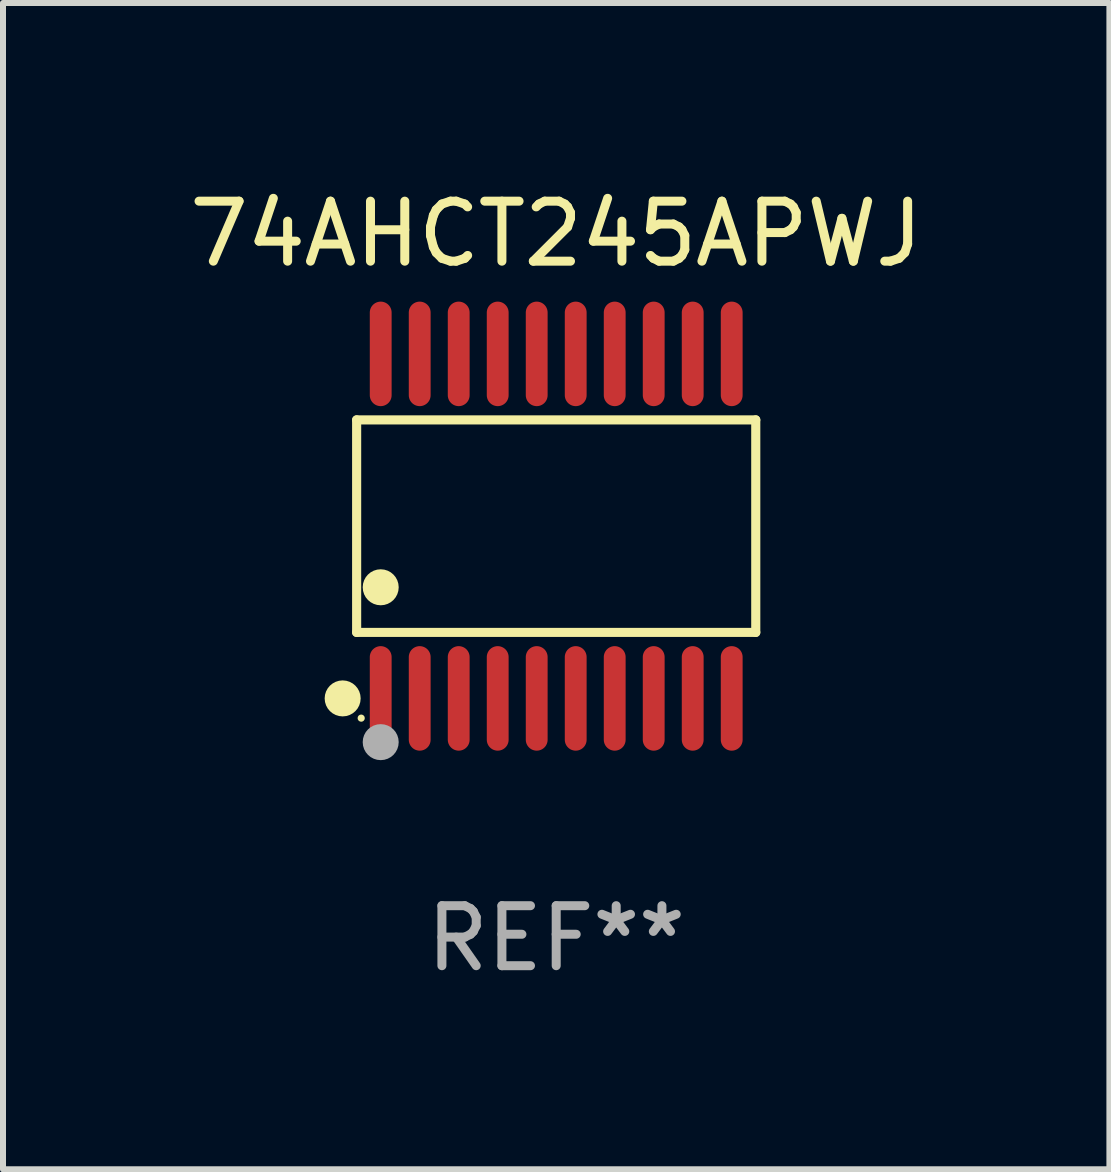
<source format=kicad_pcb>
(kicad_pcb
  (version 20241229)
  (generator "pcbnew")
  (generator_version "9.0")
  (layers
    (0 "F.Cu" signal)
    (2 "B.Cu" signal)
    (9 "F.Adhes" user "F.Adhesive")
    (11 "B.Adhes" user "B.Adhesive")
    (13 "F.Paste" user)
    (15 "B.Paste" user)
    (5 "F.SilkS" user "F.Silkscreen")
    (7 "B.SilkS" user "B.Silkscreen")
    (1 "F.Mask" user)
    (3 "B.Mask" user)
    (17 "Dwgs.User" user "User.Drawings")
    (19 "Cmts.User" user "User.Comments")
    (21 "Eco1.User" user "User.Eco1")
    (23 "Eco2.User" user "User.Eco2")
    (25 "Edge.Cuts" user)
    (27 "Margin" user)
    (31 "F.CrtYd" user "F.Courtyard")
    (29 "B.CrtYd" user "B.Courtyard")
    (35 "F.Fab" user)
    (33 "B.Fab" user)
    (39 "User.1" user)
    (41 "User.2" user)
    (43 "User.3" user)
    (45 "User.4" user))
  (footprint "74AHCT245APWJ"
    (layer "F.Cu")
    (at 6.22 5.719)
    (property "Reference" "74AHCT245APWJ" (at 0 -4.871 0) (layer "F.SilkS") (effects (font (size 1 1) (thickness 0.15))))
    (attr through_hole)
    (fp_line (start -3.326 -1.771) (end 3.326 -1.771) (stroke (width 0.152) (type solid)) (layer "F.SilkS"))
    (fp_line (start -3.326 1.771) (end -3.326 -1.771) (stroke (width 0.152) (type solid)) (layer "F.SilkS"))
    (fp_line (start 3.326 -1.771) (end 3.326 1.771) (stroke (width 0.152) (type solid)) (layer "F.SilkS"))
    (fp_line (start 3.326 1.771) (end -3.326 1.771) (stroke (width 0.152) (type solid)) (layer "F.SilkS"))
    (fp_circle (center -3.559 2.871) (end -3.409 2.871) (stroke (width 0.3) (type solid)) (fill no) (layer "F.SilkS"))
    (fp_circle (center -3.25 3.2) (end -3.22 3.2) (stroke (width 0.06) (type solid)) (fill no) (layer "F.SilkS"))
    (fp_circle (center -2.925 1.019) (end -2.775 1.019) (stroke (width 0.3) (type solid)) (fill no) (layer "F.SilkS"))
    (fp_circle (center -2.925 3.6) (end -2.775 3.6) (stroke (width 0.3) (type solid)) (fill no) (layer "F.Fab"))
    (fp_text user "REF**" (at 0 6.871 0) (layer "F.Fab") (effects (font (size 1 1) (thickness 0.15))))
    (pad "1" smd oval (at -2.925 2.871) (size 0.364 1.742) (layers "F.Cu" "F.Mask" "F.Paste"))
    (pad "2" smd oval (at -2.275 2.871) (size 0.364 1.742) (layers "F.Cu" "F.Mask" "F.Paste"))
    (pad "3" smd oval (at -1.625 2.871) (size 0.364 1.742) (layers "F.Cu" "F.Mask" "F.Paste"))
    (pad "4" smd oval (at -0.975 2.871) (size 0.364 1.742) (layers "F.Cu" "F.Mask" "F.Paste"))
    (pad "5" smd oval (at -0.325 2.871) (size 0.364 1.742) (layers "F.Cu" "F.Mask" "F.Paste"))
    (pad "6" smd oval (at 0.325 2.871) (size 0.364 1.742) (layers "F.Cu" "F.Mask" "F.Paste"))
    (pad "7" smd oval (at 0.975 2.871) (size 0.364 1.742) (layers "F.Cu" "F.Mask" "F.Paste"))
    (pad "8" smd oval (at 1.625 2.871) (size 0.364 1.742) (layers "F.Cu" "F.Mask" "F.Paste"))
    (pad "9" smd oval (at 2.275 2.871) (size 0.364 1.742) (layers "F.Cu" "F.Mask" "F.Paste"))
    (pad "10" smd oval (at 2.925 2.871) (size 0.364 1.742) (layers "F.Cu" "F.Mask" "F.Paste"))
    (pad "11" smd oval (at 2.925 -2.871) (size 0.364 1.742) (layers "F.Cu" "F.Mask" "F.Paste"))
    (pad "12" smd oval (at 2.275 -2.871) (size 0.364 1.742) (layers "F.Cu" "F.Mask" "F.Paste"))
    (pad "13" smd oval (at 1.625 -2.871) (size 0.364 1.742) (layers "F.Cu" "F.Mask" "F.Paste"))
    (pad "14" smd oval (at 0.975 -2.871) (size 0.364 1.742) (layers "F.Cu" "F.Mask" "F.Paste"))
    (pad "15" smd oval (at 0.325 -2.871) (size 0.364 1.742) (layers "F.Cu" "F.Mask" "F.Paste"))
    (pad "16" smd oval (at -0.325 -2.871) (size 0.364 1.742) (layers "F.Cu" "F.Mask" "F.Paste"))
    (pad "17" smd oval (at -0.975 -2.871) (size 0.364 1.742) (layers "F.Cu" "F.Mask" "F.Paste"))
    (pad "18" smd oval (at -1.625 -2.871) (size 0.364 1.742) (layers "F.Cu" "F.Mask" "F.Paste"))
    (pad "19" smd oval (at -2.275 -2.871) (size 0.364 1.742) (layers "F.Cu" "F.Mask" "F.Paste"))
    (pad "20" smd oval (at -2.925 -2.871) (size 0.364 1.742) (layers "F.Cu" "F.Mask" "F.Paste")))
  (gr_rect
    (start -3 -3)
    (end 15.44 16.438)
    (stroke (width 0.1) (type default))
    (fill no)
    (layer "Edge.Cuts")))
</source>
